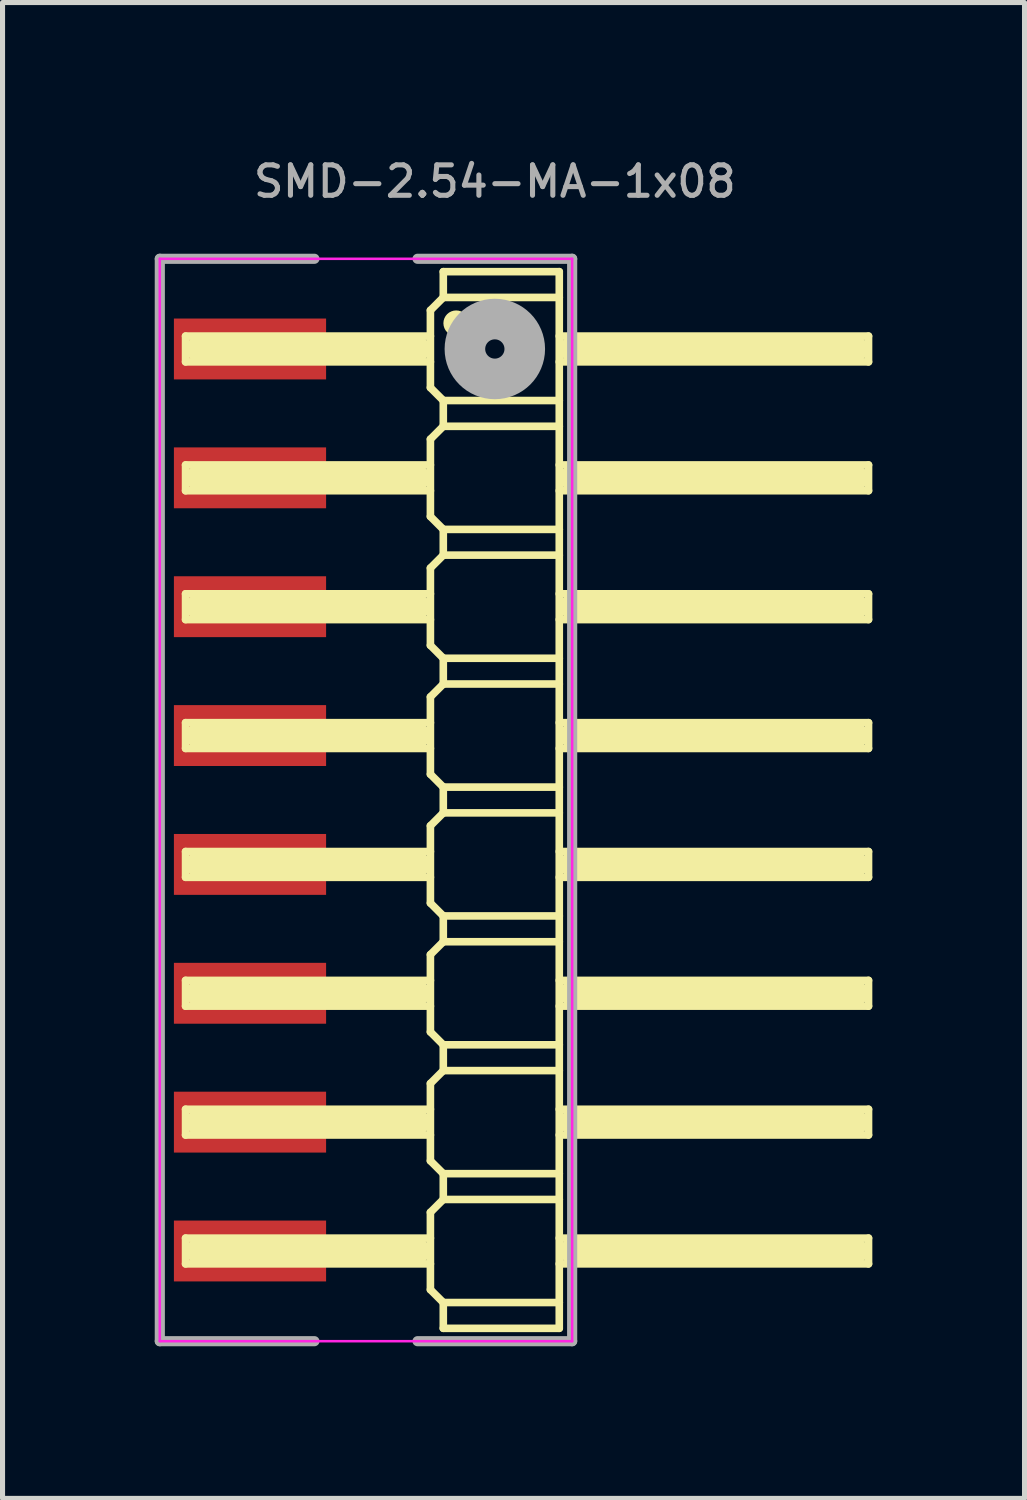
<source format=kicad_pcb>
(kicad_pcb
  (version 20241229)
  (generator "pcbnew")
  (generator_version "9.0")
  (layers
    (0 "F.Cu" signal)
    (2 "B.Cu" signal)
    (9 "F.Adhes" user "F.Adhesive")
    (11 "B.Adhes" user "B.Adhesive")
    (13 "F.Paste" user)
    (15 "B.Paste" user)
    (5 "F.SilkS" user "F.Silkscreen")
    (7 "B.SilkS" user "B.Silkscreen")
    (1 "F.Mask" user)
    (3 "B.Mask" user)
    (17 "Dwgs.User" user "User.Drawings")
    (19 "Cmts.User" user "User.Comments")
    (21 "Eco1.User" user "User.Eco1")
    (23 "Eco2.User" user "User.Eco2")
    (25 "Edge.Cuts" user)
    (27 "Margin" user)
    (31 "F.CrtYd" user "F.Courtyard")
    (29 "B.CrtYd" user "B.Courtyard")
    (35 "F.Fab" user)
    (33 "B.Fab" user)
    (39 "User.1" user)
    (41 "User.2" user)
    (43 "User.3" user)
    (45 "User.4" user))
  (footprint "SMD-2.54-MA-1x08"
    (layer "F.Cu")
    (at 6.704 12.719)
    (property "Reference" "SMD-2.54-MA-1x08" (at 0 -12.192 180) (layer "F.Fab") (effects (font (size 0.6 0.6) (thickness 0.1))))
    (attr through_hole)
    (fp_line (start -6.096 -9.144) (end -6.096 -8.636) (stroke (width 0.15) (type solid)) (layer "F.SilkS"))
    (fp_line (start -6.096 -8.636) (end -1.27 -8.636) (stroke (width 0.15) (type solid)) (layer "F.SilkS"))
    (fp_line (start -6.096 -6.604) (end -6.096 -6.096) (stroke (width 0.15) (type solid)) (layer "F.SilkS"))
    (fp_line (start -6.096 -6.096) (end -1.27 -6.096) (stroke (width 0.15) (type solid)) (layer "F.SilkS"))
    (fp_line (start -6.096 -4.064) (end -6.096 -3.556) (stroke (width 0.15) (type solid)) (layer "F.SilkS"))
    (fp_line (start -6.096 -3.556) (end -1.27 -3.556) (stroke (width 0.15) (type solid)) (layer "F.SilkS"))
    (fp_line (start -6.096 -1.524) (end -6.096 -1.016) (stroke (width 0.15) (type solid)) (layer "F.SilkS"))
    (fp_line (start -6.096 -1.016) (end -1.27 -1.016) (stroke (width 0.15) (type solid)) (layer "F.SilkS"))
    (fp_line (start -6.096 1.016) (end -6.096 1.524) (stroke (width 0.15) (type solid)) (layer "F.SilkS"))
    (fp_line (start -6.096 1.524) (end -1.27 1.524) (stroke (width 0.15) (type solid)) (layer "F.SilkS"))
    (fp_line (start -6.096 3.556) (end -6.096 4.064) (stroke (width 0.15) (type solid)) (layer "F.SilkS"))
    (fp_line (start -6.096 4.064) (end -1.27 4.064) (stroke (width 0.15) (type solid)) (layer "F.SilkS"))
    (fp_line (start -6.096 6.096) (end -6.096 6.604) (stroke (width 0.15) (type solid)) (layer "F.SilkS"))
    (fp_line (start -6.096 6.604) (end -1.27 6.604) (stroke (width 0.15) (type solid)) (layer "F.SilkS"))
    (fp_line (start -6.096 8.636) (end -6.096 9.144) (stroke (width 0.15) (type solid)) (layer "F.SilkS"))
    (fp_line (start -6.096 9.144) (end -1.27 9.144) (stroke (width 0.15) (type solid)) (layer "F.SilkS"))
    (fp_line (start -1.524 -8.89) (end -5.842 -8.89) (stroke (width 0.5) (type solid)) (layer "F.SilkS"))
    (fp_line (start -1.524 -6.35) (end -5.842 -6.35) (stroke (width 0.5) (type solid)) (layer "F.SilkS"))
    (fp_line (start -1.524 -3.81) (end -5.842 -3.81) (stroke (width 0.5) (type solid)) (layer "F.SilkS"))
    (fp_line (start -1.524 -1.27) (end -5.842 -1.27) (stroke (width 0.5) (type solid)) (layer "F.SilkS"))
    (fp_line (start -1.524 1.27) (end -5.842 1.27) (stroke (width 0.5) (type solid)) (layer "F.SilkS"))
    (fp_line (start -1.524 3.81) (end -5.842 3.81) (stroke (width 0.5) (type solid)) (layer "F.SilkS"))
    (fp_line (start -1.524 6.35) (end -5.842 6.35) (stroke (width 0.5) (type solid)) (layer "F.SilkS"))
    (fp_line (start -1.524 8.89) (end -5.842 8.89) (stroke (width 0.5) (type solid)) (layer "F.SilkS"))
    (fp_line (start -1.27 -9.652) (end -1.27 -8.128) (stroke (width 0.15) (type solid)) (layer "F.SilkS"))
    (fp_line (start -1.27 -9.144) (end -6.096 -9.144) (stroke (width 0.15) (type solid)) (layer "F.SilkS"))
    (fp_line (start -1.27 -8.128) (end -1.016 -7.874) (stroke (width 0.15) (type solid)) (layer "F.SilkS"))
    (fp_line (start -1.27 -7.112) (end -1.27 -5.588) (stroke (width 0.15) (type solid)) (layer "F.SilkS"))
    (fp_line (start -1.27 -6.604) (end -6.096 -6.604) (stroke (width 0.15) (type solid)) (layer "F.SilkS"))
    (fp_line (start -1.27 -5.588) (end -1.016 -5.334) (stroke (width 0.15) (type solid)) (layer "F.SilkS"))
    (fp_line (start -1.27 -4.572) (end -1.27 -3.048) (stroke (width 0.15) (type solid)) (layer "F.SilkS"))
    (fp_line (start -1.27 -4.064) (end -6.096 -4.064) (stroke (width 0.15) (type solid)) (layer "F.SilkS"))
    (fp_line (start -1.27 -3.048) (end -1.016 -2.794) (stroke (width 0.15) (type solid)) (layer "F.SilkS"))
    (fp_line (start -1.27 -2.032) (end -1.27 -0.508) (stroke (width 0.15) (type solid)) (layer "F.SilkS"))
    (fp_line (start -1.27 -1.524) (end -6.096 -1.524) (stroke (width 0.15) (type solid)) (layer "F.SilkS"))
    (fp_line (start -1.27 -0.508) (end -1.016 -0.254) (stroke (width 0.15) (type solid)) (layer "F.SilkS"))
    (fp_line (start -1.27 0.508) (end -1.27 2.032) (stroke (width 0.15) (type solid)) (layer "F.SilkS"))
    (fp_line (start -1.27 1.016) (end -6.096 1.016) (stroke (width 0.15) (type solid)) (layer "F.SilkS"))
    (fp_line (start -1.27 2.032) (end -1.016 2.286) (stroke (width 0.15) (type solid)) (layer "F.SilkS"))
    (fp_line (start -1.27 3.048) (end -1.27 4.572) (stroke (width 0.15) (type solid)) (layer "F.SilkS"))
    (fp_line (start -1.27 3.556) (end -6.096 3.556) (stroke (width 0.15) (type solid)) (layer "F.SilkS"))
    (fp_line (start -1.27 4.572) (end -1.016 4.826) (stroke (width 0.15) (type solid)) (layer "F.SilkS"))
    (fp_line (start -1.27 5.588) (end -1.27 7.112) (stroke (width 0.15) (type solid)) (layer "F.SilkS"))
    (fp_line (start -1.27 6.096) (end -6.096 6.096) (stroke (width 0.15) (type solid)) (layer "F.SilkS"))
    (fp_line (start -1.27 7.112) (end -1.016 7.366) (stroke (width 0.15) (type solid)) (layer "F.SilkS"))
    (fp_line (start -1.27 8.128) (end -1.27 9.652) (stroke (width 0.15) (type solid)) (layer "F.SilkS"))
    (fp_line (start -1.27 8.636) (end -6.096 8.636) (stroke (width 0.15) (type solid)) (layer "F.SilkS"))
    (fp_line (start -1.27 9.652) (end -1.016 9.906) (stroke (width 0.15) (type solid)) (layer "F.SilkS"))
    (fp_line (start -1.016 -10.414) (end -1.016 -9.906) (stroke (width 0.15) (type solid)) (layer "F.SilkS"))
    (fp_line (start -1.016 -9.906) (end -1.27 -9.652) (stroke (width 0.15) (type solid)) (layer "F.SilkS"))
    (fp_line (start -1.016 -7.874) (end -1.016 -7.366) (stroke (width 0.15) (type solid)) (layer "F.SilkS"))
    (fp_line (start -1.016 -7.874) (end 1.27 -7.874) (stroke (width 0.15) (type solid)) (layer "F.SilkS"))
    (fp_line (start -1.016 -7.366) (end -1.27 -7.112) (stroke (width 0.15) (type solid)) (layer "F.SilkS"))
    (fp_line (start -1.016 -5.334) (end -1.016 -4.826) (stroke (width 0.15) (type solid)) (layer "F.SilkS"))
    (fp_line (start -1.016 -5.334) (end 1.27 -5.334) (stroke (width 0.15) (type solid)) (layer "F.SilkS"))
    (fp_line (start -1.016 -4.826) (end -1.27 -4.572) (stroke (width 0.15) (type solid)) (layer "F.SilkS"))
    (fp_line (start -1.016 -2.794) (end -1.016 -2.286) (stroke (width 0.15) (type solid)) (layer "F.SilkS"))
    (fp_line (start -1.016 -2.794) (end 1.27 -2.794) (stroke (width 0.15) (type solid)) (layer "F.SilkS"))
    (fp_line (start -1.016 -2.286) (end -1.27 -2.032) (stroke (width 0.15) (type solid)) (layer "F.SilkS"))
    (fp_line (start -1.016 -0.254) (end -1.016 0.254) (stroke (width 0.15) (type solid)) (layer "F.SilkS"))
    (fp_line (start -1.016 -0.254) (end 1.27 -0.254) (stroke (width 0.15) (type solid)) (layer "F.SilkS"))
    (fp_line (start -1.016 0.254) (end -1.27 0.508) (stroke (width 0.15) (type solid)) (layer "F.SilkS"))
    (fp_line (start -1.016 2.286) (end -1.016 2.794) (stroke (width 0.15) (type solid)) (layer "F.SilkS"))
    (fp_line (start -1.016 2.286) (end 1.27 2.286) (stroke (width 0.15) (type solid)) (layer "F.SilkS"))
    (fp_line (start -1.016 2.794) (end -1.27 3.048) (stroke (width 0.15) (type solid)) (layer "F.SilkS"))
    (fp_line (start -1.016 4.826) (end -1.016 5.334) (stroke (width 0.15) (type solid)) (layer "F.SilkS"))
    (fp_line (start -1.016 4.826) (end 1.27 4.826) (stroke (width 0.15) (type solid)) (layer "F.SilkS"))
    (fp_line (start -1.016 5.334) (end -1.27 5.588) (stroke (width 0.15) (type solid)) (layer "F.SilkS"))
    (fp_line (start -1.016 7.366) (end -1.016 7.874) (stroke (width 0.15) (type solid)) (layer "F.SilkS"))
    (fp_line (start -1.016 7.366) (end 1.27 7.366) (stroke (width 0.15) (type solid)) (layer "F.SilkS"))
    (fp_line (start -1.016 7.874) (end -1.27 8.128) (stroke (width 0.15) (type solid)) (layer "F.SilkS"))
    (fp_line (start -1.016 9.906) (end -1.016 10.414) (stroke (width 0.15) (type solid)) (layer "F.SilkS"))
    (fp_line (start -1.016 9.906) (end 1.27 9.906) (stroke (width 0.15) (type solid)) (layer "F.SilkS"))
    (fp_line (start -1.016 10.414) (end 1.27 10.414) (stroke (width 0.15) (type solid)) (layer "F.SilkS"))
    (fp_line (start 1.27 -10.414) (end -1.016 -10.414) (stroke (width 0.15) (type solid)) (layer "F.SilkS"))
    (fp_line (start 1.27 -9.906) (end -1.016 -9.906) (stroke (width 0.15) (type solid)) (layer "F.SilkS"))
    (fp_line (start 1.27 -9.906) (end 1.27 -10.414) (stroke (width 0.15) (type solid)) (layer "F.SilkS"))
    (fp_line (start 1.27 -9.144) (end 7.366 -9.144) (stroke (width 0.15) (type solid)) (layer "F.SilkS"))
    (fp_line (start 1.27 -7.874) (end 1.27 -9.906) (stroke (width 0.15) (type solid)) (layer "F.SilkS"))
    (fp_line (start 1.27 -7.874) (end 1.27 -7.366) (stroke (width 0.15) (type solid)) (layer "F.SilkS"))
    (fp_line (start 1.27 -7.366) (end -1.016 -7.366) (stroke (width 0.15) (type solid)) (layer "F.SilkS"))
    (fp_line (start 1.27 -6.604) (end 7.366 -6.604) (stroke (width 0.15) (type solid)) (layer "F.SilkS"))
    (fp_line (start 1.27 -5.334) (end 1.27 -7.366) (stroke (width 0.15) (type solid)) (layer "F.SilkS"))
    (fp_line (start 1.27 -4.826) (end -1.016 -4.826) (stroke (width 0.15) (type solid)) (layer "F.SilkS"))
    (fp_line (start 1.27 -4.826) (end 1.27 -5.334) (stroke (width 0.15) (type solid)) (layer "F.SilkS"))
    (fp_line (start 1.27 -4.064) (end 7.366 -4.064) (stroke (width 0.15) (type solid)) (layer "F.SilkS"))
    (fp_line (start 1.27 -2.794) (end 1.27 -4.826) (stroke (width 0.15) (type solid)) (layer "F.SilkS"))
    (fp_line (start 1.27 -2.794) (end 1.27 -2.286) (stroke (width 0.15) (type solid)) (layer "F.SilkS"))
    (fp_line (start 1.27 -2.286) (end -1.016 -2.286) (stroke (width 0.15) (type solid)) (layer "F.SilkS"))
    (fp_line (start 1.27 -1.524) (end 7.366 -1.524) (stroke (width 0.15) (type solid)) (layer "F.SilkS"))
    (fp_line (start 1.27 -0.254) (end 1.27 -2.286) (stroke (width 0.15) (type solid)) (layer "F.SilkS"))
    (fp_line (start 1.27 0.254) (end -1.016 0.254) (stroke (width 0.15) (type solid)) (layer "F.SilkS"))
    (fp_line (start 1.27 0.254) (end 1.27 -0.254) (stroke (width 0.15) (type solid)) (layer "F.SilkS"))
    (fp_line (start 1.27 1.016) (end 7.366 1.016) (stroke (width 0.15) (type solid)) (layer "F.SilkS"))
    (fp_line (start 1.27 2.286) (end 1.27 0.254) (stroke (width 0.15) (type solid)) (layer "F.SilkS"))
    (fp_line (start 1.27 2.286) (end 1.27 2.794) (stroke (width 0.15) (type solid)) (layer "F.SilkS"))
    (fp_line (start 1.27 2.794) (end -1.016 2.794) (stroke (width 0.15) (type solid)) (layer "F.SilkS"))
    (fp_line (start 1.27 3.556) (end 7.366 3.556) (stroke (width 0.15) (type solid)) (layer "F.SilkS"))
    (fp_line (start 1.27 4.826) (end 1.27 2.794) (stroke (width 0.15) (type solid)) (layer "F.SilkS"))
    (fp_line (start 1.27 4.826) (end 1.27 5.334) (stroke (width 0.15) (type solid)) (layer "F.SilkS"))
    (fp_line (start 1.27 5.334) (end -1.016 5.334) (stroke (width 0.15) (type solid)) (layer "F.SilkS"))
    (fp_line (start 1.27 6.096) (end 7.366 6.096) (stroke (width 0.15) (type solid)) (layer "F.SilkS"))
    (fp_line (start 1.27 7.366) (end 1.27 5.334) (stroke (width 0.15) (type solid)) (layer "F.SilkS"))
    (fp_line (start 1.27 7.366) (end 1.27 7.874) (stroke (width 0.15) (type solid)) (layer "F.SilkS"))
    (fp_line (start 1.27 7.874) (end -1.016 7.874) (stroke (width 0.15) (type solid)) (layer "F.SilkS"))
    (fp_line (start 1.27 8.636) (end 7.366 8.636) (stroke (width 0.15) (type solid)) (layer "F.SilkS"))
    (fp_line (start 1.27 9.906) (end 1.27 7.874) (stroke (width 0.15) (type solid)) (layer "F.SilkS"))
    (fp_line (start 1.27 9.906) (end 1.27 10.414) (stroke (width 0.15) (type solid)) (layer "F.SilkS"))
    (fp_line (start 1.524 -8.89) (end 7.112 -8.89) (stroke (width 0.5) (type solid)) (layer "F.SilkS"))
    (fp_line (start 1.524 -6.35) (end 7.112 -6.35) (stroke (width 0.5) (type solid)) (layer "F.SilkS"))
    (fp_line (start 1.524 -3.81) (end 7.112 -3.81) (stroke (width 0.5) (type solid)) (layer "F.SilkS"))
    (fp_line (start 1.524 -1.27) (end 7.112 -1.27) (stroke (width 0.5) (type solid)) (layer "F.SilkS"))
    (fp_line (start 1.524 1.27) (end 7.112 1.27) (stroke (width 0.5) (type solid)) (layer "F.SilkS"))
    (fp_line (start 1.524 3.81) (end 7.112 3.81) (stroke (width 0.5) (type solid)) (layer "F.SilkS"))
    (fp_line (start 1.524 6.35) (end 7.112 6.35) (stroke (width 0.5) (type solid)) (layer "F.SilkS"))
    (fp_line (start 1.524 8.89) (end 7.112 8.89) (stroke (width 0.5) (type solid)) (layer "F.SilkS"))
    (fp_line (start 7.366 -9.144) (end 7.366 -8.636) (stroke (width 0.15) (type solid)) (layer "F.SilkS"))
    (fp_line (start 7.366 -8.636) (end 1.27 -8.636) (stroke (width 0.15) (type solid)) (layer "F.SilkS"))
    (fp_line (start 7.366 -6.604) (end 7.366 -6.096) (stroke (width 0.15) (type solid)) (layer "F.SilkS"))
    (fp_line (start 7.366 -6.096) (end 1.27 -6.096) (stroke (width 0.15) (type solid)) (layer "F.SilkS"))
    (fp_line (start 7.366 -4.064) (end 7.366 -3.556) (stroke (width 0.15) (type solid)) (layer "F.SilkS"))
    (fp_line (start 7.366 -3.556) (end 1.27 -3.556) (stroke (width 0.15) (type solid)) (layer "F.SilkS"))
    (fp_line (start 7.366 -1.524) (end 7.366 -1.016) (stroke (width 0.15) (type solid)) (layer "F.SilkS"))
    (fp_line (start 7.366 -1.016) (end 1.27 -1.016) (stroke (width 0.15) (type solid)) (layer "F.SilkS"))
    (fp_line (start 7.366 1.016) (end 7.366 1.524) (stroke (width 0.15) (type solid)) (layer "F.SilkS"))
    (fp_line (start 7.366 1.524) (end 1.27 1.524) (stroke (width 0.15) (type solid)) (layer "F.SilkS"))
    (fp_line (start 7.366 3.556) (end 7.366 4.064) (stroke (width 0.15) (type solid)) (layer "F.SilkS"))
    (fp_line (start 7.366 4.064) (end 1.27 4.064) (stroke (width 0.15) (type solid)) (layer "F.SilkS"))
    (fp_line (start 7.366 6.096) (end 7.366 6.604) (stroke (width 0.15) (type solid)) (layer "F.SilkS"))
    (fp_line (start 7.366 6.604) (end 1.27 6.604) (stroke (width 0.15) (type solid)) (layer "F.SilkS"))
    (fp_line (start 7.366 8.636) (end 7.366 9.144) (stroke (width 0.15) (type solid)) (layer "F.SilkS"))
    (fp_line (start 7.366 9.144) (end 1.27 9.144) (stroke (width 0.15) (type solid)) (layer "F.SilkS"))
    (fp_circle (center -0.762 -9.398) (end -0.635 -9.398) (stroke (width 0.25) (type solid)) (fill no) (layer "F.SilkS"))
    (fp_line (start -6.604 -10.668) (end 1.524 -10.668) (stroke (width 0.05) (type solid)) (layer "F.CrtYd"))
    (fp_line (start -6.604 10.668) (end -6.604 -10.668) (stroke (width 0.05) (type solid)) (layer "F.CrtYd"))
    (fp_line (start 1.524 -10.668) (end 1.524 10.668) (stroke (width 0.05) (type solid)) (layer "F.CrtYd"))
    (fp_line (start 1.524 10.668) (end -6.604 10.668) (stroke (width 0.05) (type solid)) (layer "F.CrtYd"))
    (fp_line (start -6.604 -10.668) (end -3.556 -10.668) (stroke (width 0.2) (type solid)) (layer "F.Fab"))
    (fp_line (start -6.604 10.668) (end -6.604 -10.668) (stroke (width 0.2) (type solid)) (layer "F.Fab"))
    (fp_line (start -3.556 10.668) (end -6.604 10.668) (stroke (width 0.2) (type solid)) (layer "F.Fab"))
    (fp_line (start -1.524 -10.668) (end 1.524 -10.668) (stroke (width 0.2) (type solid)) (layer "F.Fab"))
    (fp_line (start 1.524 -10.668) (end 1.524 10.668) (stroke (width 0.2) (type solid)) (layer "F.Fab"))
    (fp_line (start 1.524 10.668) (end -1.524 10.668) (stroke (width 0.2) (type solid)) (layer "F.Fab"))
    (fp_circle (center 0 -8.89) (end 0 -8.7) (stroke (width 0.8) (type solid)) (fill no) (layer "F.Fab"))
    (pad "1" smd rect (at -4.826 -8.89) (size 3 1.2) (layers "F.Cu" "F.Mask" "F.Paste"))
    (pad "2" smd rect (at -4.826 -6.35) (size 3 1.2) (layers "F.Cu" "F.Mask" "F.Paste"))
    (pad "3" smd rect (at -4.826 -3.81) (size 3 1.2) (layers "F.Cu" "F.Mask" "F.Paste"))
    (pad "4" smd rect (at -4.826 -1.27) (size 3 1.2) (layers "F.Cu" "F.Mask" "F.Paste"))
    (pad "5" smd rect (at -4.826 1.27) (size 3 1.2) (layers "F.Cu" "F.Mask" "F.Paste"))
    (pad "6" smd rect (at -4.826 3.81) (size 3 1.2) (layers "F.Cu" "F.Mask" "F.Paste"))
    (pad "7" smd rect (at -4.826 6.35) (size 3 1.2) (layers "F.Cu" "F.Mask" "F.Paste"))
    (pad "8" smd rect (at -4.826 8.89) (size 3 1.2) (layers "F.Cu" "F.Mask" "F.Paste")))
  (gr_rect
    (start -3 -3)
    (end 17.145 26.486)
    (stroke (width 0.1) (type default))
    (fill no)
    (layer "Edge.Cuts")))
</source>
